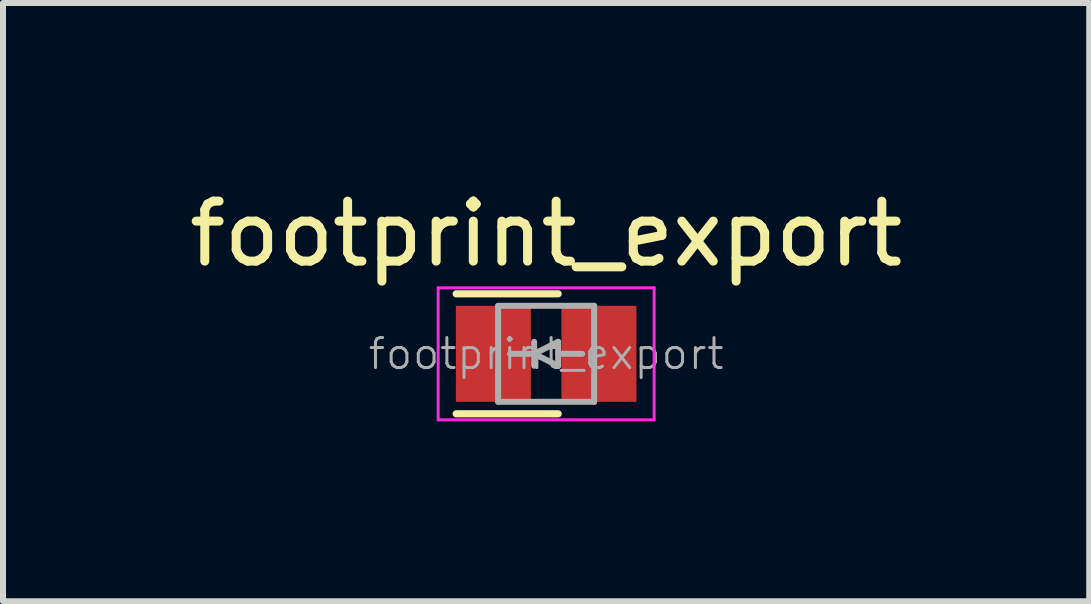
<source format=kicad_pcb>
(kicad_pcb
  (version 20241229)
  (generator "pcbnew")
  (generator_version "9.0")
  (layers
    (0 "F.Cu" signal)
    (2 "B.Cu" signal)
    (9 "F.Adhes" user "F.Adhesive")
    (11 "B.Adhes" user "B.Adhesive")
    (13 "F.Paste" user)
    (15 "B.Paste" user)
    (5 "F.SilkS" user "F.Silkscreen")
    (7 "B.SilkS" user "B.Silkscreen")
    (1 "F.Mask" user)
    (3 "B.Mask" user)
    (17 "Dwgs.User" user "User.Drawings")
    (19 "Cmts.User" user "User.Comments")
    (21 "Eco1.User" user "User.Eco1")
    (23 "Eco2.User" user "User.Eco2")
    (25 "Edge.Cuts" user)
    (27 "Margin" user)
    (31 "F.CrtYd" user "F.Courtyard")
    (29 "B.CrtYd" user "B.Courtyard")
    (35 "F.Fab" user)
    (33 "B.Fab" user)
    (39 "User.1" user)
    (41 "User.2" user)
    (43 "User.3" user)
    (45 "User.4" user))
  (footprint "footprint_export"
    (layer "F.Cu")
    (at 6.054 2.848)
    (property "Reference" "footprint_export" (at 0 -2 0) (layer "F.SilkS") (effects (font (size 1 1) (thickness 0.15))))
    (attr smd)
    (fp_line (start 0.2 -1) (end -1.5 -1) (stroke (width 0.12) (type solid)) (layer "F.SilkS"))
    (fp_line (start 0.2 1) (end -1.5 1) (stroke (width 0.12) (type solid)) (layer "F.SilkS"))
    (fp_line (start -1.8 -1.1) (end 1.8 -1.1) (stroke (width 0.05) (type solid)) (layer "F.CrtYd"))
    (fp_line (start -1.8 1.1) (end -1.8 -1.1) (stroke (width 0.05) (type solid)) (layer "F.CrtYd"))
    (fp_line (start 1.8 -1.1) (end 1.8 1.1) (stroke (width 0.05) (type solid)) (layer "F.CrtYd"))
    (fp_line (start 1.8 1.1) (end -1.8 1.1) (stroke (width 0.05) (type solid)) (layer "F.CrtYd"))
    (fp_line (start -0.8 -0.8) (end 0.8 -0.8) (stroke (width 0.1) (type solid)) (layer "F.Fab"))
    (fp_line (start -0.8 0.8) (end -0.8 -0.8) (stroke (width 0.1) (type solid)) (layer "F.Fab"))
    (fp_line (start -0.6 0) (end -0.2 0) (stroke (width 0.1) (type solid)) (layer "F.Fab"))
    (fp_line (start -0.2 -0.2) (end -0.2 0.2) (stroke (width 0.1) (type solid)) (layer "F.Fab"))
    (fp_line (start -0.2 0) (end 0.2 -0.2) (stroke (width 0.1) (type solid)) (layer "F.Fab"))
    (fp_line (start 0.2 -0.2) (end 0.2 0.2) (stroke (width 0.1) (type solid)) (layer "F.Fab"))
    (fp_line (start 0.2 0.2) (end -0.2 0) (stroke (width 0.1) (type solid)) (layer "F.Fab"))
    (fp_line (start 0.6 0) (end 0.2 0) (stroke (width 0.1) (type solid)) (layer "F.Fab"))
    (fp_line (start 0.8 -0.8) (end 0.8 0.8) (stroke (width 0.1) (type solid)) (layer "F.Fab"))
    (fp_line (start 0.8 0.8) (end -0.8 0.8) (stroke (width 0.1) (type solid)) (layer "F.Fab"))
    (fp_text user "${REFERENCE}" (at 0 0 0) (layer "F.Fab") (effects (font (size 0.5 0.5) (thickness 0.05))))
    (pad "1" smd rect (at -0.88 0) (size 1.25 1.6) (layers "F.Cu" "F.Mask" "F.Paste"))
    (pad "2" smd rect (at 0.88 0) (size 1.25 1.6) (layers "F.Cu" "F.Mask" "F.Paste")))
  (gr_rect
    (start -3 -3)
    (end 15.107 6.973)
    (stroke (width 0.1) (type default))
    (fill no)
    (layer "Edge.Cuts")))
</source>
